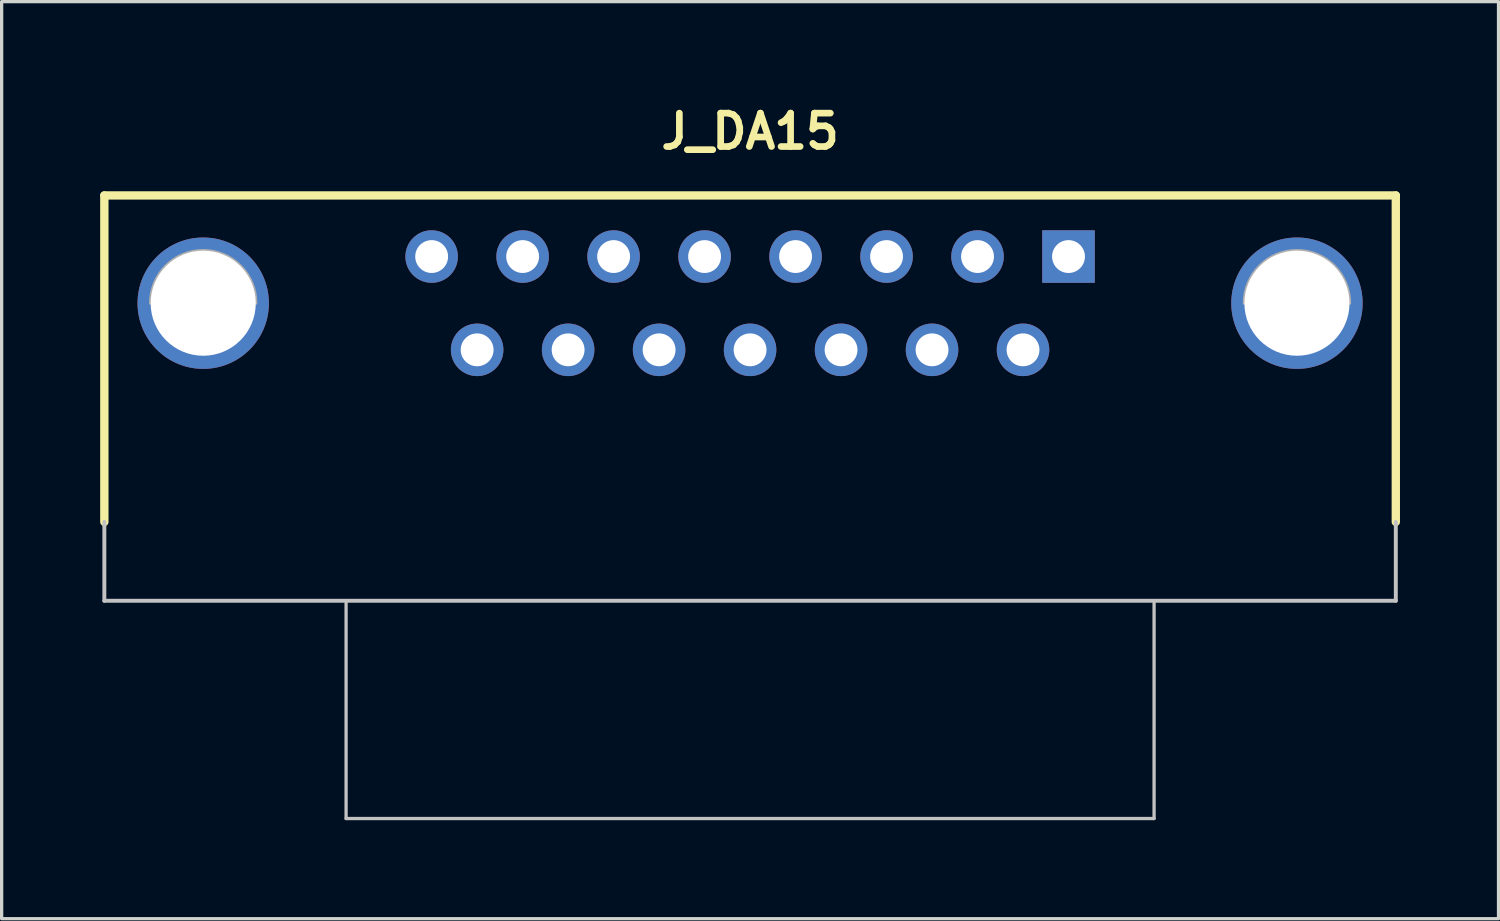
<source format=kicad_pcb>
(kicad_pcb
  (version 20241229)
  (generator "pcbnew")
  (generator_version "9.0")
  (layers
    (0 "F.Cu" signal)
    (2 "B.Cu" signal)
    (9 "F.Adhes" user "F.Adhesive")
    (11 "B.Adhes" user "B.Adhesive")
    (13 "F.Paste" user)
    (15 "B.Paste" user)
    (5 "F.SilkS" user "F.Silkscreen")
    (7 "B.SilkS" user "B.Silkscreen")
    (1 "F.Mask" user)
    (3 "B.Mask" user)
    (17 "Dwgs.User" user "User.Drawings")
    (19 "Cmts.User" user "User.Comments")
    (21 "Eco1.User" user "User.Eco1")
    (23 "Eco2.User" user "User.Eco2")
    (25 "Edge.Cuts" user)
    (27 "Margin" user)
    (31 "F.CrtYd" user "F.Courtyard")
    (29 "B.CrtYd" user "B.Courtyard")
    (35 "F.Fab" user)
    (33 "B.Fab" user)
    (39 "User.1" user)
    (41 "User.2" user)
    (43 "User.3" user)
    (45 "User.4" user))
  (footprint "J_DA15"
    (layer "F.Cu")
    (at 29.482 4.761)
    (property "Reference" "J_DA15" (at -9.695 -3.81 0) (layer "F.SilkS") (effects (font (size 1.016 1.016) (thickness 0.203))))
    (attr through_hole)
    (fp_line (start -29.355 -1.86) (end 9.965 -1.86) (stroke (width 0.254) (type solid)) (layer "F.SilkS"))
    (fp_line (start -29.355 8.08) (end -29.355 -1.86) (stroke (width 0.254) (type solid)) (layer "F.SilkS"))
    (fp_line (start 9.965 -1.86) (end 9.965 8.08) (stroke (width 0.254) (type solid)) (layer "F.SilkS"))
    (fp_line (start -29.355 10.48) (end -29.355 8.08) (stroke (width 0.12) (type default)) (layer "Dwgs.User"))
    (fp_line (start -29.355 10.48) (end 9.965 10.48) (stroke (width 0.12) (type solid)) (layer "Dwgs.User"))
    (fp_line (start -21.995 10.54) (end -21.995 17.11) (stroke (width 0.1) (type solid)) (layer "Dwgs.User"))
    (fp_line (start -21.995 17.11) (end 2.605 17.11) (stroke (width 0.1) (type solid)) (layer "Dwgs.User"))
    (fp_line (start 2.605 17.11) (end 2.605 10.54) (stroke (width 0.1) (type solid)) (layer "Dwgs.User"))
    (fp_line (start 9.965 10.48) (end 9.965 8.08) (stroke (width 0.12) (type default)) (layer "Dwgs.User"))
    (fp_arc (start -27.945 1.42) (mid -26.345 -0.18) (end -24.745 1.42) (stroke (width 0.1) (type solid)) (layer "F.Fab"))
    (fp_arc (start 5.355 1.42) (mid 6.955 -0.18) (end 8.555 1.42) (stroke (width 0.1) (type solid)) (layer "F.Fab"))
    (pad "1" thru_hole rect (at 0 0) (size 1.6 1.6) (drill 1) (layers "*.Cu" "*.Mask"))
    (pad "2" thru_hole circle (at -2.77 0) (size 1.6 1.6) (drill 1) (layers "*.Cu" "*.Mask"))
    (pad "3" thru_hole circle (at -5.54 0) (size 1.6 1.6) (drill 1) (layers "*.Cu" "*.Mask"))
    (pad "4" thru_hole circle (at -8.31 0) (size 1.6 1.6) (drill 1) (layers "*.Cu" "*.Mask"))
    (pad "5" thru_hole circle (at -11.08 0) (size 1.6 1.6) (drill 1) (layers "*.Cu" "*.Mask"))
    (pad "6" thru_hole circle (at -13.85 0) (size 1.6 1.6) (drill 1) (layers "*.Cu" "*.Mask"))
    (pad "7" thru_hole circle (at -16.62 0) (size 1.6 1.6) (drill 1) (layers "*.Cu" "*.Mask"))
    (pad "8" thru_hole circle (at -19.39 0) (size 1.6 1.6) (drill 1) (layers "*.Cu" "*.Mask"))
    (pad "9" thru_hole circle (at -1.385 2.84) (size 1.6 1.6) (drill 1) (layers "*.Cu" "*.Mask"))
    (pad "10" thru_hole circle (at -4.155 2.84) (size 1.6 1.6) (drill 1) (layers "*.Cu" "*.Mask"))
    (pad "11" thru_hole circle (at -6.925 2.84) (size 1.6 1.6) (drill 1) (layers "*.Cu" "*.Mask"))
    (pad "12" thru_hole circle (at -9.695 2.84) (size 1.6 1.6) (drill 1) (layers "*.Cu" "*.Mask"))
    (pad "13" thru_hole circle (at -12.465 2.84) (size 1.6 1.6) (drill 1) (layers "*.Cu" "*.Mask"))
    (pad "14" thru_hole circle (at -15.235 2.84) (size 1.6 1.6) (drill 1) (layers "*.Cu" "*.Mask"))
    (pad "15" thru_hole circle (at -18.005 2.84) (size 1.6 1.6) (drill 1) (layers "*.Cu" "*.Mask"))
    (pad "S" thru_hole circle (at -26.345 1.42) (size 4 4) (drill 3.2) (layers "*.Cu" "*.Mask"))
    (pad "S" thru_hole circle (at 6.955 1.42) (size 4 4) (drill 3.2) (layers "*.Cu" "*.Mask")))
  (gr_rect
    (start -3 -3)
    (end 42.574 24.921)
    (stroke (width 0.1) (type default))
    (fill no)
    (layer "Edge.Cuts")))
</source>
